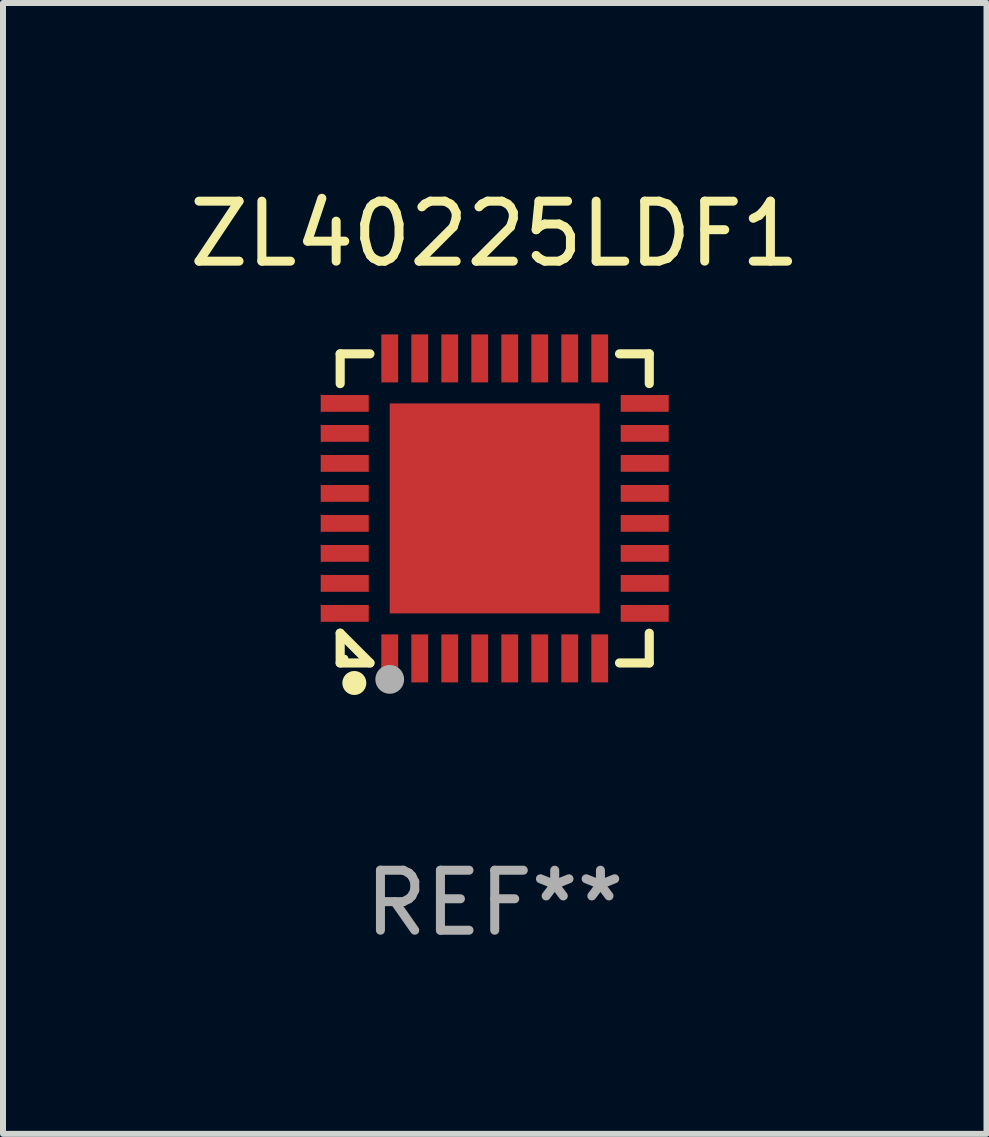
<source format=kicad_pcb>
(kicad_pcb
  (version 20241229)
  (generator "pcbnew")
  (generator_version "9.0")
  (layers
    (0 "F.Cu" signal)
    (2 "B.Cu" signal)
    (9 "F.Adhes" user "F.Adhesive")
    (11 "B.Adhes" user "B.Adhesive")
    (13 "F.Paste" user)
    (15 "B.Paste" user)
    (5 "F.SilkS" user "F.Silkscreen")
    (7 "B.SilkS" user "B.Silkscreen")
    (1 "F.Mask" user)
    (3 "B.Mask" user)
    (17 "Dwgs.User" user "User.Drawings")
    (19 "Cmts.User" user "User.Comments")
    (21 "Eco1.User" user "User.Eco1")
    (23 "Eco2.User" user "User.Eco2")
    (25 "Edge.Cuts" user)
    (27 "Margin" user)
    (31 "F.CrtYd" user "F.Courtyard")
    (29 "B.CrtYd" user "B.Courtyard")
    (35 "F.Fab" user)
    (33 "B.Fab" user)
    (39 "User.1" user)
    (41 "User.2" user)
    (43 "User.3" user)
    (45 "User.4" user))
  (footprint "ZL40225LDF1"
    (layer "F.Cu")
    (at 5.196 5.424)
    (property "Reference" "ZL40225LDF1" (at 0 -4.576 0) (layer "F.SilkS") (effects (font (size 1 1) (thickness 0.15))))
    (attr through_hole)
    (fp_line (start -2.576 -2.576) (end -2.08 -2.576) (stroke (width 0.152) (type solid)) (layer "F.SilkS"))
    (fp_line (start -2.576 -2.08) (end -2.576 -2.576) (stroke (width 0.152) (type solid)) (layer "F.SilkS"))
    (fp_line (start -2.576 2.08) (end -2.576 2.576) (stroke (width 0.152) (type solid)) (layer "F.SilkS"))
    (fp_line (start -2.576 2.08) (end -2.08 2.576) (stroke (width 0.152) (type solid)) (layer "F.SilkS"))
    (fp_line (start -2.576 2.576) (end -2.08 2.576) (stroke (width 0.152) (type solid)) (layer "F.SilkS"))
    (fp_line (start 2.576 -2.576) (end 2.08 -2.576) (stroke (width 0.152) (type solid)) (layer "F.SilkS"))
    (fp_line (start 2.576 -2.08) (end 2.576 -2.576) (stroke (width 0.152) (type solid)) (layer "F.SilkS"))
    (fp_line (start 2.576 2.08) (end 2.576 2.576) (stroke (width 0.152) (type solid)) (layer "F.SilkS"))
    (fp_line (start 2.576 2.576) (end 2.08 2.576) (stroke (width 0.152) (type solid)) (layer "F.SilkS"))
    (fp_circle (center -2.5 2.5) (end -2.47 2.5) (stroke (width 0.06) (type solid)) (fill no) (layer "F.SilkS"))
    (fp_circle (center -2.34 2.91) (end -2.24 2.91) (stroke (width 0.2) (type solid)) (fill no) (layer "F.SilkS"))
    (fp_circle (center -1.75 2.85) (end -1.63 2.85) (stroke (width 0.24) (type solid)) (fill no) (layer "F.Fab"))
    (fp_text user "REF**" (at 0 6.576 0) (layer "F.Fab") (effects (font (size 1 1) (thickness 0.15))))
    (pad "1" smd rect (at -1.75 2.5) (size 0.28 0.8) (layers "F.Cu" "F.Mask" "F.Paste"))
    (pad "2" smd rect (at -1.25 2.5) (size 0.28 0.8) (layers "F.Cu" "F.Mask" "F.Paste"))
    (pad "3" smd rect (at -0.75 2.5) (size 0.28 0.8) (layers "F.Cu" "F.Mask" "F.Paste"))
    (pad "4" smd rect (at -0.25 2.5) (size 0.28 0.8) (layers "F.Cu" "F.Mask" "F.Paste"))
    (pad "5" smd rect (at 0.25 2.5) (size 0.28 0.8) (layers "F.Cu" "F.Mask" "F.Paste"))
    (pad "6" smd rect (at 0.75 2.5) (size 0.28 0.8) (layers "F.Cu" "F.Mask" "F.Paste"))
    (pad "7" smd rect (at 1.25 2.5) (size 0.28 0.8) (layers "F.Cu" "F.Mask" "F.Paste"))
    (pad "8" smd rect (at 1.75 2.5) (size 0.28 0.8) (layers "F.Cu" "F.Mask" "F.Paste"))
    (pad "9" smd rect (at 2.5 1.75) (size 0.8 0.28) (layers "F.Cu" "F.Mask" "F.Paste"))
    (pad "10" smd rect (at 2.5 1.25) (size 0.8 0.28) (layers "F.Cu" "F.Mask" "F.Paste"))
    (pad "11" smd rect (at 2.5 0.75) (size 0.8 0.28) (layers "F.Cu" "F.Mask" "F.Paste"))
    (pad "12" smd rect (at 2.5 0.25) (size 0.8 0.28) (layers "F.Cu" "F.Mask" "F.Paste"))
    (pad "13" smd rect (at 2.5 -0.25) (size 0.8 0.28) (layers "F.Cu" "F.Mask" "F.Paste"))
    (pad "14" smd rect (at 2.5 -0.75) (size 0.8 0.28) (layers "F.Cu" "F.Mask" "F.Paste"))
    (pad "15" smd rect (at 2.5 -1.25) (size 0.8 0.28) (layers "F.Cu" "F.Mask" "F.Paste"))
    (pad "16" smd rect (at 2.5 -1.75) (size 0.8 0.28) (layers "F.Cu" "F.Mask" "F.Paste"))
    (pad "17" smd rect (at 1.75 -2.5) (size 0.28 0.8) (layers "F.Cu" "F.Mask" "F.Paste"))
    (pad "18" smd rect (at 1.25 -2.5) (size 0.28 0.8) (layers "F.Cu" "F.Mask" "F.Paste"))
    (pad "19" smd rect (at 0.75 -2.5) (size 0.28 0.8) (layers "F.Cu" "F.Mask" "F.Paste"))
    (pad "20" smd rect (at 0.25 -2.5) (size 0.28 0.8) (layers "F.Cu" "F.Mask" "F.Paste"))
    (pad "21" smd rect (at -0.25 -2.5) (size 0.28 0.8) (layers "F.Cu" "F.Mask" "F.Paste"))
    (pad "22" smd rect (at -0.75 -2.5) (size 0.28 0.8) (layers "F.Cu" "F.Mask" "F.Paste"))
    (pad "23" smd rect (at -1.25 -2.5) (size 0.28 0.8) (layers "F.Cu" "F.Mask" "F.Paste"))
    (pad "24" smd rect (at -1.75 -2.5) (size 0.28 0.8) (layers "F.Cu" "F.Mask" "F.Paste"))
    (pad "25" smd rect (at -2.5 -1.75) (size 0.8 0.28) (layers "F.Cu" "F.Mask" "F.Paste"))
    (pad "26" smd rect (at -2.5 -1.25) (size 0.8 0.28) (layers "F.Cu" "F.Mask" "F.Paste"))
    (pad "27" smd rect (at -2.5 -0.75) (size 0.8 0.28) (layers "F.Cu" "F.Mask" "F.Paste"))
    (pad "28" smd rect (at -2.5 -0.25) (size 0.8 0.28) (layers "F.Cu" "F.Mask" "F.Paste"))
    (pad "29" smd rect (at -2.5 0.25) (size 0.8 0.28) (layers "F.Cu" "F.Mask" "F.Paste"))
    (pad "30" smd rect (at -2.5 0.75) (size 0.8 0.28) (layers "F.Cu" "F.Mask" "F.Paste"))
    (pad "31" smd rect (at -2.5 1.25) (size 0.8 0.28) (layers "F.Cu" "F.Mask" "F.Paste"))
    (pad "32" smd rect (at -2.5 1.75) (size 0.8 0.28) (layers "F.Cu" "F.Mask" "F.Paste"))
    (pad "33" smd rect (at 0 0) (size 3.5 3.5) (layers "F.Cu" "F.Mask" "F.Paste")))
  (gr_rect
    (start -3 -3)
    (end 13.393 15.849)
    (stroke (width 0.1) (type default))
    (fill no)
    (layer "Edge.Cuts")))
</source>
